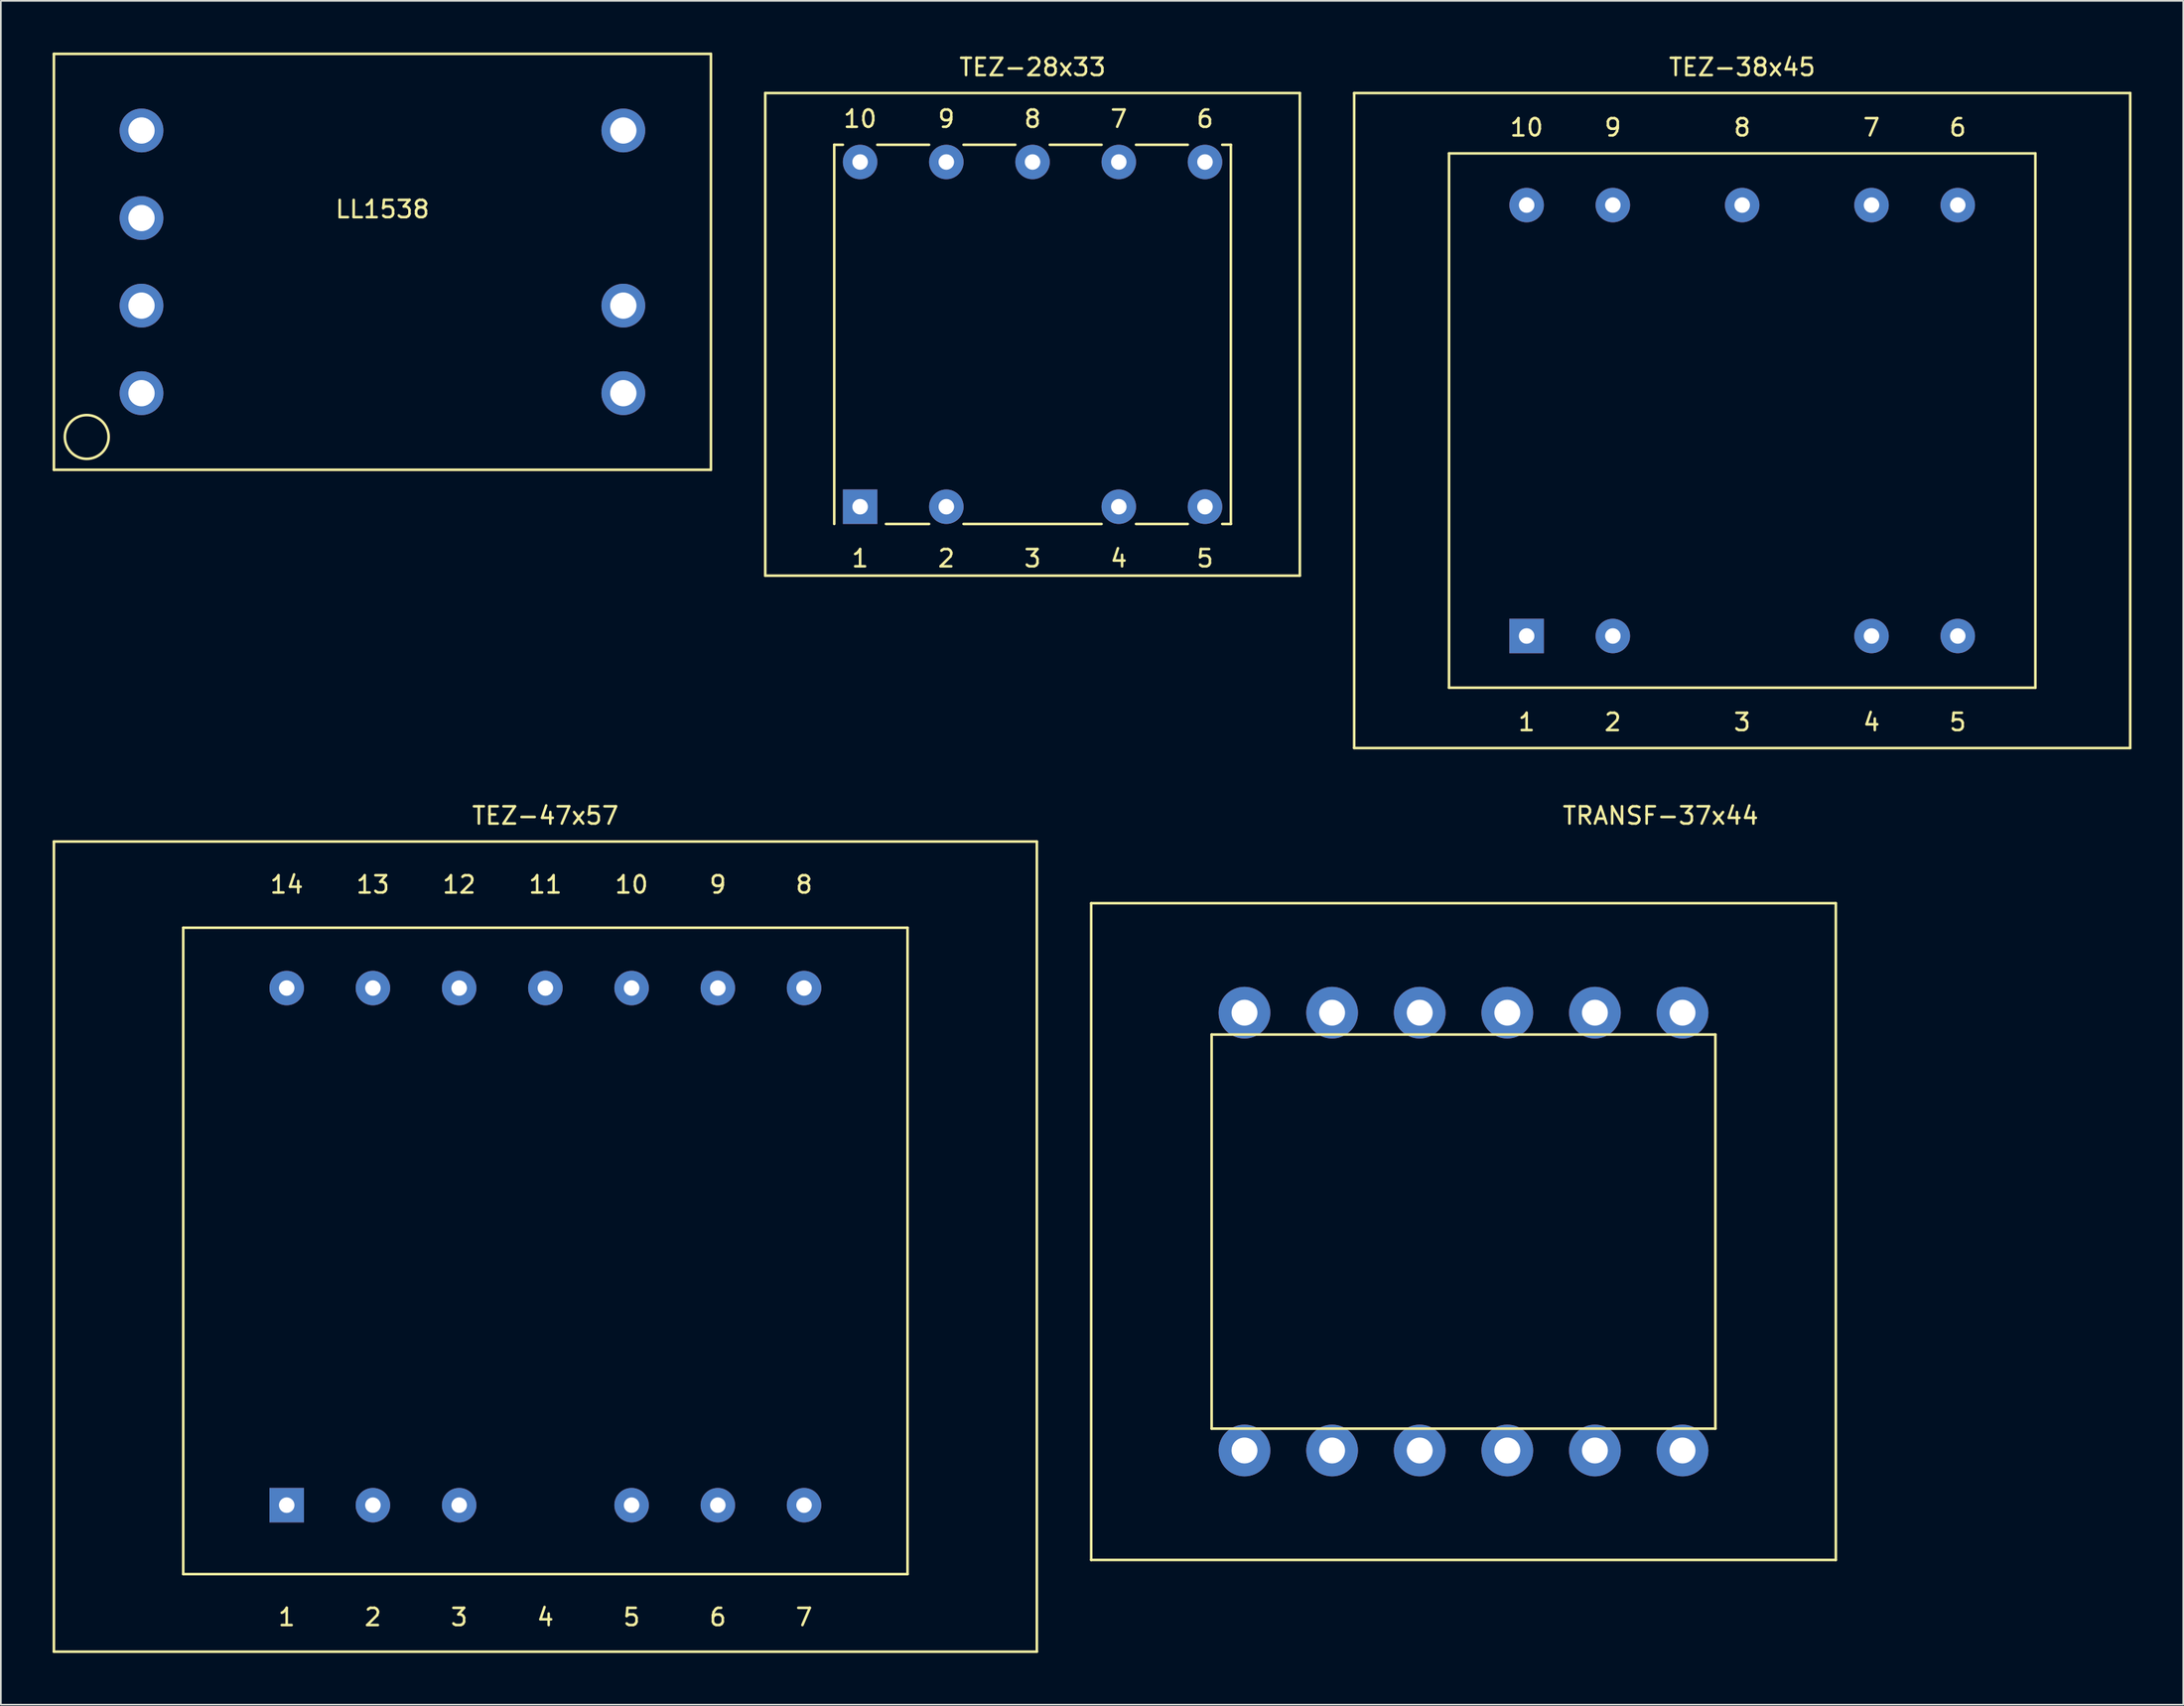
<source format=kicad_pcb>
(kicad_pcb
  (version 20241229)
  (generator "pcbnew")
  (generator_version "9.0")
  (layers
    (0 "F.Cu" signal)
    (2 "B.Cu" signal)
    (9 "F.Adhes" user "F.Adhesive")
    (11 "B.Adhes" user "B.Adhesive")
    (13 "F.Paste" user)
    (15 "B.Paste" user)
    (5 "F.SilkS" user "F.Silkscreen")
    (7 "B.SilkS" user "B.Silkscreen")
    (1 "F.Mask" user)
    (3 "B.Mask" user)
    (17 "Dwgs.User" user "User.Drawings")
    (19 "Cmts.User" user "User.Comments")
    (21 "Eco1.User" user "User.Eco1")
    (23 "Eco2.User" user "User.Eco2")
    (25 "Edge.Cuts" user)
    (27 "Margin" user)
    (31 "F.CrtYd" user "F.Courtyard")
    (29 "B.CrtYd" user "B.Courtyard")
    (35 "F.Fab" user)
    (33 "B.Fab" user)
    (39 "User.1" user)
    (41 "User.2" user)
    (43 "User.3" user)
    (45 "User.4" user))
  (footprint "TEZ-38x45"
    (layer "F.Cu")
    (at 97.975 21.348)
    (property "Reference" "TEZ-38x45" (at 0 -20.5 0) (layer "F.SilkS") (effects (font (size 1 1) (thickness 0.15))))
    (attr through_hole)
    (fp_line (start -22.5 -19) (end 22.5 -19) (stroke (width 0.15) (type solid)) (layer "F.SilkS"))
    (fp_line (start -22.5 19) (end -22.5 -19) (stroke (width 0.15) (type solid)) (layer "F.SilkS"))
    (fp_line (start -17 -15.5) (end 17 -15.5) (stroke (width 0.15) (type solid)) (layer "F.SilkS"))
    (fp_line (start -17 15.5) (end -17 -15.5) (stroke (width 0.15) (type solid)) (layer "F.SilkS"))
    (fp_line (start 17 -15.5) (end 17 15.5) (stroke (width 0.15) (type solid)) (layer "F.SilkS"))
    (fp_line (start 17 15.5) (end -17 15.5) (stroke (width 0.15) (type solid)) (layer "F.SilkS"))
    (fp_line (start 22.5 -19) (end 22.5 19) (stroke (width 0.15) (type solid)) (layer "F.SilkS"))
    (fp_line (start 22.5 19) (end -22.5 19) (stroke (width 0.15) (type solid)) (layer "F.SilkS"))
    (fp_text user "10" (at -12.5 -17 0) (layer "F.SilkS") (effects (font (size 1 1) (thickness 0.15))))
    (fp_text user "3" (at 0 17.5 0) (layer "F.SilkS") (effects (font (size 1 1) (thickness 0.15))))
    (fp_text user "7" (at 7.5 -17 0) (layer "F.SilkS") (effects (font (size 1 1) (thickness 0.15))))
    (fp_text user "6" (at 12.5 -17 0) (layer "F.SilkS") (effects (font (size 1 1) (thickness 0.15))))
    (fp_text user "9" (at -7.5 -17 0) (layer "F.SilkS") (effects (font (size 1 1) (thickness 0.15))))
    (fp_text user "5" (at 12.5 17.5 0) (layer "F.SilkS") (effects (font (size 1 1) (thickness 0.15))))
    (fp_text user "8" (at 0 -17 0) (layer "F.SilkS") (effects (font (size 1 1) (thickness 0.15))))
    (fp_text user "2" (at -7.5 17.5 0) (layer "F.SilkS") (effects (font (size 1 1) (thickness 0.15))))
    (fp_text user "4" (at 7.5 17.5 0) (layer "F.SilkS") (effects (font (size 1 1) (thickness 0.15))))
    (fp_text user "1" (at -12.5 17.5 0) (layer "F.SilkS") (effects (font (size 1 1) (thickness 0.15))))
    (pad "1" thru_hole rect (at -12.5 12.5) (size 2 2) (drill 0.9) (layers "*.Cu" "*.Mask"))
    (pad "2" thru_hole circle (at -7.5 12.5) (size 2 2) (drill 0.9) (layers "*.Cu" "*.Mask"))
    (pad "4" thru_hole circle (at 7.5 12.5) (size 2 2) (drill 0.9) (layers "*.Cu" "*.Mask"))
    (pad "5" thru_hole circle (at 12.5 12.5) (size 2 2) (drill 0.9) (layers "*.Cu" "*.Mask"))
    (pad "6" thru_hole circle (at 12.5 -12.5) (size 2 2) (drill 0.9) (layers "*.Cu" "*.Mask"))
    (pad "7" thru_hole circle (at 7.5 -12.5) (size 2 2) (drill 0.9) (layers "*.Cu" "*.Mask"))
    (pad "8" thru_hole circle (at 0 -12.5) (size 2 2) (drill 0.9) (layers "*.Cu" "*.Mask"))
    (pad "9" thru_hole circle (at -7.5 -12.5) (size 2 2) (drill 0.9) (layers "*.Cu" "*.Mask"))
    (pad "10" thru_hole circle (at -12.5 -12.5) (size 2 2) (drill 0.9) (layers "*.Cu" "*.Mask")))
  (footprint "TEZ-47x57"
    (layer "F.Cu")
    (at 28.575 69.272)
    (property "Reference" "TEZ-47x57" (at 0 -25 0) (layer "F.SilkS") (effects (font (size 1 1) (thickness 0.15))))
    (attr through_hole)
    (fp_line (start -28.5 -23.5) (end -28.5 23.5) (stroke (width 0.15) (type solid)) (layer "F.SilkS"))
    (fp_line (start -28.5 -23.5) (end 28.5 -23.5) (stroke (width 0.15) (type solid)) (layer "F.SilkS"))
    (fp_line (start -21 -18.5) (end -21 19) (stroke (width 0.15) (type solid)) (layer "F.SilkS"))
    (fp_line (start -21 19) (end 21 19) (stroke (width 0.15) (type solid)) (layer "F.SilkS"))
    (fp_line (start 21 -18.5) (end -21 -18.5) (stroke (width 0.15) (type solid)) (layer "F.SilkS"))
    (fp_line (start 21 19) (end 21 -18.5) (stroke (width 0.15) (type solid)) (layer "F.SilkS"))
    (fp_line (start 28.5 -23.5) (end 28.5 23.5) (stroke (width 0.15) (type solid)) (layer "F.SilkS"))
    (fp_line (start 28.5 23.5) (end -28.5 23.5) (stroke (width 0.15) (type solid)) (layer "F.SilkS"))
    (fp_text user "4" (at 0 21.5 0) (layer "F.SilkS") (effects (font (size 1 1) (thickness 0.15))))
    (fp_text user "11" (at 0 -21 0) (layer "F.SilkS") (effects (font (size 1 1) (thickness 0.15))))
    (fp_text user "8" (at 15 -21 0) (layer "F.SilkS") (effects (font (size 1 1) (thickness 0.15))))
    (fp_text user "3" (at -5 21.5 0) (layer "F.SilkS") (effects (font (size 1 1) (thickness 0.15))))
    (fp_text user "5" (at 5 21.5 0) (layer "F.SilkS") (effects (font (size 1 1) (thickness 0.15))))
    (fp_text user "1" (at -15 21.5 0) (layer "F.SilkS") (effects (font (size 1 1) (thickness 0.15))))
    (fp_text user "12" (at -5 -21 0) (layer "F.SilkS") (effects (font (size 1 1) (thickness 0.15))))
    (fp_text user "13" (at -10 -21 0) (layer "F.SilkS") (effects (font (size 1 1) (thickness 0.15))))
    (fp_text user "14" (at -15 -21 0) (layer "F.SilkS") (effects (font (size 1 1) (thickness 0.15))))
    (fp_text user "2" (at -10 21.5 0) (layer "F.SilkS") (effects (font (size 1 1) (thickness 0.15))))
    (fp_text user "10" (at 5 -21 0) (layer "F.SilkS") (effects (font (size 1 1) (thickness 0.15))))
    (fp_text user "7" (at 15 21.5 0) (layer "F.SilkS") (effects (font (size 1 1) (thickness 0.15))))
    (fp_text user "6" (at 10 21.5 0) (layer "F.SilkS") (effects (font (size 1 1) (thickness 0.15))))
    (fp_text user "9" (at 10 -21 0) (layer "F.SilkS") (effects (font (size 1 1) (thickness 0.15))))
    (pad "1" thru_hole rect (at -15 15) (size 2 2) (drill 0.9) (layers "*.Cu" "*.Mask"))
    (pad "2" thru_hole circle (at -10 15) (size 2 2) (drill 0.9) (layers "*.Cu" "*.Mask"))
    (pad "3" thru_hole circle (at -5 15) (size 2 2) (drill 0.9) (layers "*.Cu" "*.Mask"))
    (pad "5" thru_hole circle (at 5 15) (size 2 2) (drill 0.9) (layers "*.Cu" "*.Mask"))
    (pad "6" thru_hole circle (at 10 15) (size 2 2) (drill 0.9) (layers "*.Cu" "*.Mask"))
    (pad "7" thru_hole circle (at 15 15) (size 2 2) (drill 0.9) (layers "*.Cu" "*.Mask"))
    (pad "8" thru_hole circle (at 15 -15) (size 2 2) (drill 0.9) (layers "*.Cu" "*.Mask"))
    (pad "9" thru_hole circle (at 10 -15) (size 2 2) (drill 0.9) (layers "*.Cu" "*.Mask"))
    (pad "10" thru_hole circle (at 5 -15) (size 2 2) (drill 0.9) (layers "*.Cu" "*.Mask"))
    (pad "11" thru_hole circle (at 0 -15) (size 2 2) (drill 0.9) (layers "*.Cu" "*.Mask"))
    (pad "12" thru_hole circle (at -5 -15) (size 2 2) (drill 0.9) (layers "*.Cu" "*.Mask"))
    (pad "13" thru_hole circle (at -10 -15) (size 2 2) (drill 0.9) (layers "*.Cu" "*.Mask"))
    (pad "14" thru_hole circle (at -15 -15) (size 2 2) (drill 0.9) (layers "*.Cu" "*.Mask")))
  (footprint "TEZ-28x33"
    (layer "F.Cu")
    (at 56.825 16.348)
    (property "Reference" "TEZ-28x33" (at 0 -15.5 0) (layer "F.SilkS") (effects (font (size 1 1) (thickness 0.15))))
    (attr through_hole)
    (fp_line (start -15.5 -14) (end 15.5 -14) (stroke (width 0.15) (type solid)) (layer "F.SilkS"))
    (fp_line (start -15.5 14) (end -15.5 -14) (stroke (width 0.15) (type solid)) (layer "F.SilkS"))
    (fp_line (start -11.5 -11) (end -11.5 11) (stroke (width 0.15) (type solid)) (layer "F.SilkS"))
    (fp_line (start -11 -11) (end -11.5 -11) (stroke (width 0.15) (type solid)) (layer "F.SilkS"))
    (fp_line (start -8.5 11) (end -6 11) (stroke (width 0.15) (type solid)) (layer "F.SilkS"))
    (fp_line (start -6 -11) (end -9 -11) (stroke (width 0.15) (type solid)) (layer "F.SilkS"))
    (fp_line (start -4 11) (end 4 11) (stroke (width 0.15) (type solid)) (layer "F.SilkS"))
    (fp_line (start -1 -11) (end -4 -11) (stroke (width 0.15) (type solid)) (layer "F.SilkS"))
    (fp_line (start 4 -11) (end 1 -11) (stroke (width 0.15) (type solid)) (layer "F.SilkS"))
    (fp_line (start 6 11) (end 9 11) (stroke (width 0.15) (type solid)) (layer "F.SilkS"))
    (fp_line (start 9 -11) (end 6 -11) (stroke (width 0.15) (type solid)) (layer "F.SilkS"))
    (fp_line (start 11 11) (end 11.5 11) (stroke (width 0.15) (type solid)) (layer "F.SilkS"))
    (fp_line (start 11.5 -11) (end 11 -11) (stroke (width 0.15) (type solid)) (layer "F.SilkS"))
    (fp_line (start 11.5 11) (end 11.5 -11) (stroke (width 0.15) (type solid)) (layer "F.SilkS"))
    (fp_line (start 15.5 -14) (end 15.5 14) (stroke (width 0.15) (type solid)) (layer "F.SilkS"))
    (fp_line (start 15.5 14) (end -15.5 14) (stroke (width 0.15) (type solid)) (layer "F.SilkS"))
    (fp_text user "6" (at 10 -12.5 0) (layer "F.SilkS") (effects (font (size 1 1) (thickness 0.15))))
    (fp_text user "10" (at -10 -12.5 0) (layer "F.SilkS") (effects (font (size 1 1) (thickness 0.15))))
    (fp_text user "8" (at 0 -12.5 0) (layer "F.SilkS") (effects (font (size 1 1) (thickness 0.15))))
    (fp_text user "2" (at -5 13 0) (layer "F.SilkS") (effects (font (size 1 1) (thickness 0.15))))
    (fp_text user "7" (at 5 -12.5 0) (layer "F.SilkS") (effects (font (size 1 1) (thickness 0.15))))
    (fp_text user "1" (at -10 13 0) (layer "F.SilkS") (effects (font (size 1 1) (thickness 0.15))))
    (fp_text user "9" (at -5 -12.5 0) (layer "F.SilkS") (effects (font (size 1 1) (thickness 0.15))))
    (fp_text user "4" (at 5 13 0) (layer "F.SilkS") (effects (font (size 1 1) (thickness 0.15))))
    (fp_text user "5" (at 10 13 0) (layer "F.SilkS") (effects (font (size 1 1) (thickness 0.15))))
    (fp_text user "3" (at 0 13 0) (layer "F.SilkS") (effects (font (size 1 1) (thickness 0.15))))
    (pad "1" thru_hole rect (at -10 10) (size 2 2) (drill 0.9) (layers "*.Cu" "*.Mask"))
    (pad "2" thru_hole circle (at -5 10) (size 2 2) (drill 0.9) (layers "*.Cu" "*.Mask"))
    (pad "4" thru_hole circle (at 5 10) (size 2 2) (drill 0.9) (layers "*.Cu" "*.Mask"))
    (pad "5" thru_hole circle (at 10 10) (size 2 2) (drill 0.9) (layers "*.Cu" "*.Mask"))
    (pad "6" thru_hole circle (at 10 -10) (size 2 2) (drill 0.9) (layers "*.Cu" "*.Mask"))
    (pad "7" thru_hole circle (at 5 -10) (size 2 2) (drill 0.9) (layers "*.Cu" "*.Mask"))
    (pad "8" thru_hole circle (at 0 -10) (size 2 2) (drill 0.9) (layers "*.Cu" "*.Mask"))
    (pad "9" thru_hole circle (at -5 -10) (size 2 2) (drill 0.9) (layers "*.Cu" "*.Mask"))
    (pad "10" thru_hole circle (at -10 -10) (size 2 2) (drill 0.9) (layers "*.Cu" "*.Mask")))
  (footprint "TRANSF-37x44"
    (layer "F.Cu")
    (at 81.815 68.401)
    (property "Reference" "TRANSF-37x44" (at 11.43 -24.13 0) (layer "F.SilkS") (effects (font (size 1 1) (thickness 0.15))))
    (attr through_hole)
    (fp_line (start -21.59 -19.05) (end 21.59 -19.05) (stroke (width 0.15) (type solid)) (layer "F.SilkS"))
    (fp_line (start -21.59 19.05) (end -21.59 -19.05) (stroke (width 0.15) (type solid)) (layer "F.SilkS"))
    (fp_line (start -14.605 -11.43) (end 14.605 -11.43) (stroke (width 0.15) (type solid)) (layer "F.SilkS"))
    (fp_line (start -14.605 11.43) (end -14.605 -11.43) (stroke (width 0.15) (type solid)) (layer "F.SilkS"))
    (fp_line (start 14.605 -11.43) (end 14.605 11.43) (stroke (width 0.15) (type solid)) (layer "F.SilkS"))
    (fp_line (start 14.605 11.43) (end -14.605 11.43) (stroke (width 0.15) (type solid)) (layer "F.SilkS"))
    (fp_line (start 21.59 -19.05) (end 21.59 19.05) (stroke (width 0.15) (type solid)) (layer "F.SilkS"))
    (fp_line (start 21.59 19.05) (end -21.59 19.05) (stroke (width 0.15) (type solid)) (layer "F.SilkS"))
    (pad "" thru_hole circle (at -12.7 -12.7) (size 3 3) (drill 1.501) (layers "*.Cu" "*.Mask"))
    (pad "" thru_hole circle (at -7.62 12.7) (size 3 3) (drill 1.501) (layers "*.Cu" "*.Mask"))
    (pad "" thru_hole circle (at -2.54 -12.7) (size 3 3) (drill 1.501) (layers "*.Cu" "*.Mask"))
    (pad "" thru_hole circle (at 2.54 -12.7) (size 3 3) (drill 1.501) (layers "*.Cu" "*.Mask"))
    (pad "" thru_hole circle (at 2.54 12.7) (size 3 3) (drill 1.501) (layers "*.Cu" "*.Mask"))
    (pad "" thru_hole circle (at 7.62 -12.7) (size 3 3) (drill 1.501) (layers "*.Cu" "*.Mask"))
    (pad "" thru_hole circle (at 7.62 12.7) (size 3 3) (drill 1.501) (layers "*.Cu" "*.Mask"))
    (pad "" thru_hole circle (at 12.7 12.7) (size 3 3) (drill 1.501) (layers "*.Cu" "*.Mask"))
    (pad "1" thru_hole circle (at -7.62 -12.7) (size 3 3) (drill 1.501) (layers "*.Cu" "*.Mask"))
    (pad "2" thru_hole circle (at 12.7 -12.7) (size 3 3) (drill 1.501) (layers "*.Cu" "*.Mask"))
    (pad "3" thru_hole circle (at -2.54 12.7) (size 3 3) (drill 1.501) (layers "*.Cu" "*.Mask"))
    (pad "4" thru_hole circle (at -12.7 12.7) (size 3 3) (drill 1.501) (layers "*.Cu" "*.Mask")))
  (footprint "LL1538"
    (layer "F.Cu")
    (at 19.125 12.14)
    (property "Reference" "LL1538" (at 0 -3.048 0) (layer "F.SilkS") (effects (font (size 1 1) (thickness 0.15))))
    (attr smd)
    (fp_line (start -19.05 -12.065) (end 19.05 -12.065) (stroke (width 0.15) (type solid)) (layer "F.SilkS"))
    (fp_line (start -19.05 12.065) (end -19.05 -12.065) (stroke (width 0.15) (type solid)) (layer "F.SilkS"))
    (fp_line (start 19.05 -12.065) (end 19.05 12.065) (stroke (width 0.15) (type solid)) (layer "F.SilkS"))
    (fp_line (start 19.05 12.065) (end -19.05 12.065) (stroke (width 0.15) (type solid)) (layer "F.SilkS"))
    (fp_circle (center -17.145 10.16) (end -17.145 8.89) (stroke (width 0.15) (type solid)) (fill no) (layer "F.SilkS"))
    (pad "1" thru_hole circle (at -13.97 7.62) (size 2.54 2.54) (drill 1.524) (layers "*.Cu" "*.Mask"))
    (pad "2" thru_hole circle (at -13.97 2.54) (size 2.54 2.54) (drill 1.524) (layers "*.Cu" "*.Mask"))
    (pad "3" thru_hole circle (at -13.97 -2.54) (size 2.54 2.54) (drill 1.524) (layers "*.Cu" "*.Mask"))
    (pad "4" thru_hole circle (at -13.97 -7.62) (size 2.54 2.54) (drill 1.524) (layers "*.Cu" "*.Mask"))
    (pad "5" thru_hole circle (at 13.97 7.62) (size 2.54 2.54) (drill 1.524) (layers "*.Cu" "*.Mask"))
    (pad "6" thru_hole circle (at 13.97 2.54) (size 2.54 2.54) (drill 1.524) (layers "*.Cu" "*.Mask"))
    (pad "8" thru_hole circle (at 13.97 -7.62) (size 2.54 2.54) (drill 1.524) (layers "*.Cu" "*.Mask")))
  (gr_rect
    (start -3 -3)
    (end 123.55 95.847)
    (stroke (width 0.1) (type default))
    (fill no)
    (layer "Edge.Cuts")))
</source>
